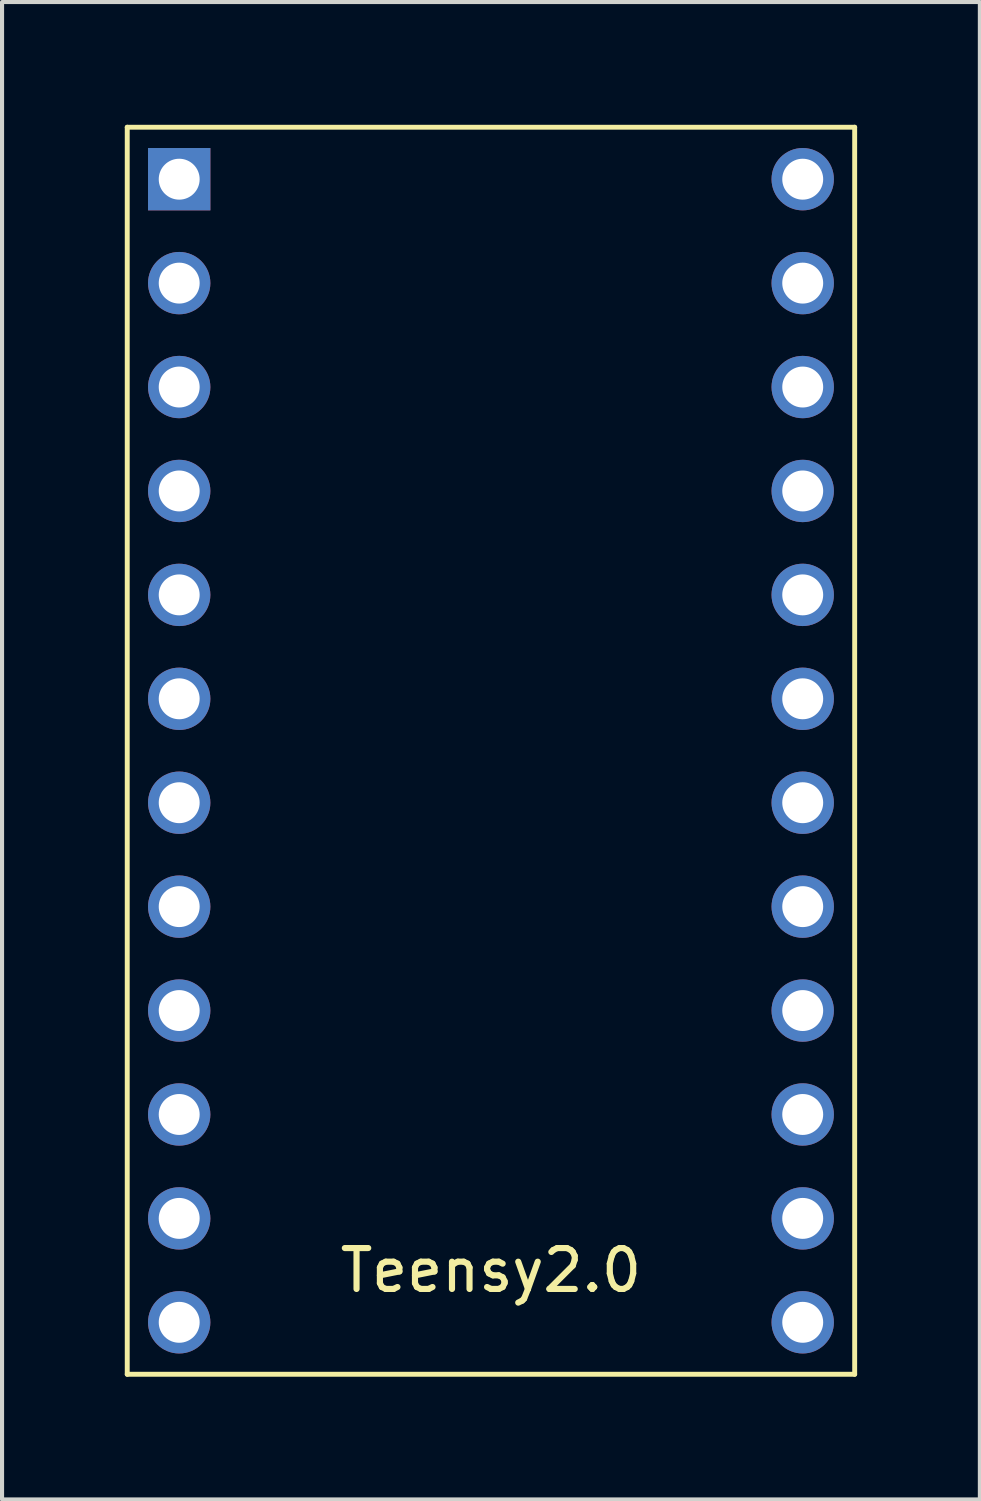
<source format=kicad_pcb>
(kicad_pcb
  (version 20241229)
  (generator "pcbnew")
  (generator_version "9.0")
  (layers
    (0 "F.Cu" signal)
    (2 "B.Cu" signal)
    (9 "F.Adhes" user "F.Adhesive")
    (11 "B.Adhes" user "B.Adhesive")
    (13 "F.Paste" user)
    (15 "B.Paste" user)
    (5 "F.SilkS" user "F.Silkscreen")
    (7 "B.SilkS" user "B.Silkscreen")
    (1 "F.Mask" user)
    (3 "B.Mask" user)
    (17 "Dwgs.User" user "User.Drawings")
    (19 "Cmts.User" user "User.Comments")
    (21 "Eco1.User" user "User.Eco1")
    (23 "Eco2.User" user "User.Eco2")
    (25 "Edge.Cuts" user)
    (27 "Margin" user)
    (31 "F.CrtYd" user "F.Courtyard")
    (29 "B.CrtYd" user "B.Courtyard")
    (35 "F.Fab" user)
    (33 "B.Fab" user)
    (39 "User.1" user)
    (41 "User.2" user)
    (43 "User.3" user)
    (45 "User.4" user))
  (footprint "Teensy2.0"
    (layer "F.Cu")
    (at 8.95 15.3)
    (property "Reference" "Teensy2.0" (at 0 12.7 0) (layer "F.SilkS") (effects (font (size 1 1) (thickness 0.15))))
    (attr through_hole)
    (fp_line (start -8.89 -15.24) (end 8.89 -15.24) (stroke (width 0.12) (type solid)) (layer "F.SilkS"))
    (fp_line (start -8.89 15.24) (end -8.89 -15.24) (stroke (width 0.12) (type solid)) (layer "F.SilkS"))
    (fp_line (start 8.89 -15.24) (end 8.89 15.24) (stroke (width 0.12) (type solid)) (layer "F.SilkS"))
    (fp_line (start 8.89 15.24) (end -8.89 15.24) (stroke (width 0.12) (type solid)) (layer "F.SilkS"))
    (pad "1" thru_hole rect (at -7.62 -13.97) (size 1.524 1.524) (drill 1) (layers "*.Cu" "*.Mask"))
    (pad "2" thru_hole circle (at -7.62 -11.43) (size 1.524 1.524) (drill 1) (layers "*.Cu" "*.Mask"))
    (pad "3" thru_hole circle (at -7.62 -8.89) (size 1.524 1.524) (drill 1) (layers "*.Cu" "*.Mask"))
    (pad "4" thru_hole circle (at -7.62 -6.35) (size 1.524 1.524) (drill 1) (layers "*.Cu" "*.Mask"))
    (pad "5" thru_hole circle (at -7.62 -3.81) (size 1.524 1.524) (drill 1) (layers "*.Cu" "*.Mask"))
    (pad "6" thru_hole circle (at -7.62 -1.27) (size 1.524 1.524) (drill 1) (layers "*.Cu" "*.Mask"))
    (pad "7" thru_hole circle (at -7.62 1.27) (size 1.524 1.524) (drill 1) (layers "*.Cu" "*.Mask"))
    (pad "8" thru_hole circle (at -7.62 3.81) (size 1.524 1.524) (drill 1) (layers "*.Cu" "*.Mask"))
    (pad "9" thru_hole circle (at -7.62 6.35) (size 1.524 1.524) (drill 1) (layers "*.Cu" "*.Mask"))
    (pad "10" thru_hole circle (at -7.62 8.89) (size 1.524 1.524) (drill 1) (layers "*.Cu" "*.Mask"))
    (pad "11" thru_hole circle (at -7.62 11.43) (size 1.524 1.524) (drill 1) (layers "*.Cu" "*.Mask"))
    (pad "12" thru_hole circle (at -7.62 13.97) (size 1.524 1.524) (drill 1) (layers "*.Cu" "*.Mask"))
    (pad "13" thru_hole circle (at 7.62 13.97) (size 1.524 1.524) (drill 1) (layers "*.Cu" "*.Mask"))
    (pad "14" thru_hole circle (at 7.62 11.43) (size 1.524 1.524) (drill 1) (layers "*.Cu" "*.Mask"))
    (pad "15" thru_hole circle (at 7.62 8.89) (size 1.524 1.524) (drill 1) (layers "*.Cu" "*.Mask"))
    (pad "16" thru_hole circle (at 7.62 6.35) (size 1.524 1.524) (drill 1) (layers "*.Cu" "*.Mask"))
    (pad "17" thru_hole circle (at 7.62 3.81) (size 1.524 1.524) (drill 1) (layers "*.Cu" "*.Mask"))
    (pad "18" thru_hole circle (at 7.62 1.27) (size 1.524 1.524) (drill 1) (layers "*.Cu" "*.Mask"))
    (pad "19" thru_hole circle (at 7.62 -1.27) (size 1.524 1.524) (drill 1) (layers "*.Cu" "*.Mask"))
    (pad "20" thru_hole circle (at 7.62 -3.81) (size 1.524 1.524) (drill 1) (layers "*.Cu" "*.Mask"))
    (pad "21" thru_hole circle (at 7.62 -6.35) (size 1.524 1.524) (drill 1) (layers "*.Cu" "*.Mask"))
    (pad "22" thru_hole circle (at 7.62 -8.89) (size 1.524 1.524) (drill 1) (layers "*.Cu" "*.Mask"))
    (pad "23" thru_hole circle (at 7.62 -11.43) (size 1.524 1.524) (drill 1) (layers "*.Cu" "*.Mask"))
    (pad "24" thru_hole circle (at 7.62 -13.97) (size 1.524 1.524) (drill 1) (layers "*.Cu" "*.Mask")))
  (gr_rect
    (start -3 -3)
    (end 20.9 33.6)
    (stroke (width 0.1) (type default))
    (fill no)
    (layer "Edge.Cuts")))
</source>
